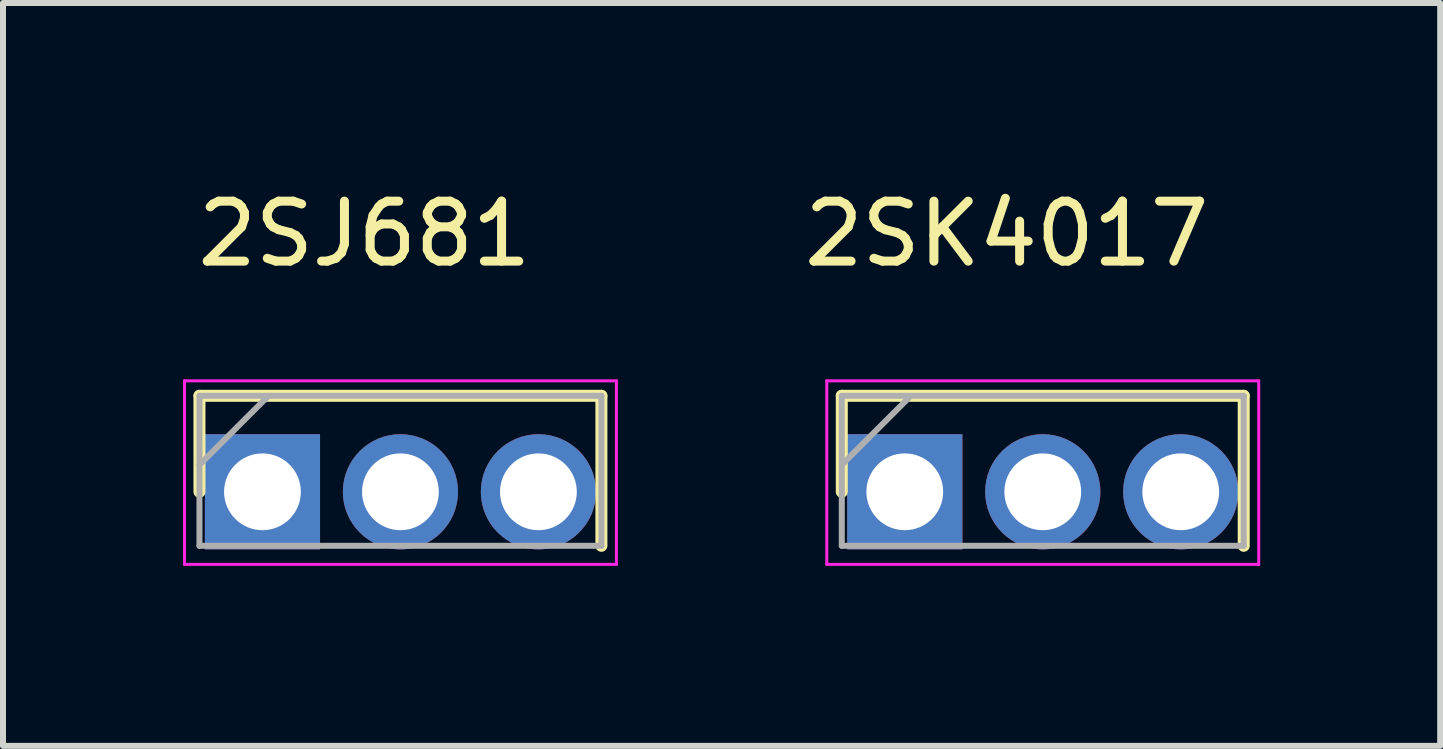
<source format=kicad_pcb>
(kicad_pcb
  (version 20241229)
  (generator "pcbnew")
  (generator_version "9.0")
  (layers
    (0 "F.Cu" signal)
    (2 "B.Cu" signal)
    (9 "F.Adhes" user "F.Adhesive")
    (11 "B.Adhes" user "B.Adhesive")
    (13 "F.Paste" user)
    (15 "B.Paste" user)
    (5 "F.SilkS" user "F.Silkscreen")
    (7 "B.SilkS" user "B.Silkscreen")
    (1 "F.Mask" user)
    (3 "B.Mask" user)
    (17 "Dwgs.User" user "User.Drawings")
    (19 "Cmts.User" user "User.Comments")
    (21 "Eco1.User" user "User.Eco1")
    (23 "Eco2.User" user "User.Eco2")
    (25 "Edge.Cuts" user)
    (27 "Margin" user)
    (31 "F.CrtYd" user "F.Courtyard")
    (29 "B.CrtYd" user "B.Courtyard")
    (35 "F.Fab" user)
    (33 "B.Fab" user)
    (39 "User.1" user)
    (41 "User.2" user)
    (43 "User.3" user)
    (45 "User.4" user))
  (footprint "2SJ681"
    (layer "F.Cu")
    (at 3.025 2.948)
    (property "Reference" "2SJ681" (at 0 -2.1 0) (layer "F.SilkS") (effects (font (size 1 1) (thickness 0.15))))
    (attr through_hole)
    (fp_line (start -2.75 0.6) (end -2.75 2.2) (stroke (width 0.2) (type solid)) (layer "F.SilkS"))
    (fp_line (start 3.95 0.6) (end -2.75 0.6) (stroke (width 0.2) (type solid)) (layer "F.SilkS"))
    (fp_line (start 3.95 3.1) (end 3.95 0.6) (stroke (width 0.2) (type solid)) (layer "F.SilkS"))
    (fp_line (start -3 0.35) (end 4.2 0.35) (stroke (width 0.05) (type solid)) (layer "F.CrtYd"))
    (fp_line (start -3 3.41) (end -3 0.35) (stroke (width 0.05) (type solid)) (layer "F.CrtYd"))
    (fp_line (start 4.2 0.35) (end 4.2 3.41) (stroke (width 0.05) (type solid)) (layer "F.CrtYd"))
    (fp_line (start 4.2 3.41) (end -3 3.41) (stroke (width 0.05) (type solid)) (layer "F.CrtYd"))
    (fp_line (start -2.75 0.6) (end 3.95 0.6) (stroke (width 0.1) (type solid)) (layer "F.Fab"))
    (fp_line (start -2.75 1.75) (end -1.6 0.6) (stroke (width 0.1) (type solid)) (layer "F.Fab"))
    (fp_line (start -2.75 3.1) (end -2.75 0.6) (stroke (width 0.1) (type solid)) (layer "F.Fab"))
    (fp_line (start 3.95 0.6) (end 3.95 3.1) (stroke (width 0.1) (type solid)) (layer "F.Fab"))
    (fp_line (start 3.95 3.1) (end -2.75 3.1) (stroke (width 0.1) (type solid)) (layer "F.Fab"))
    (pad "1" thru_hole rect (at -1.7 2.2) (size 1.92 1.92) (drill 1.28) (layers "*.Cu" "*.Mask"))
    (pad "2" thru_hole circle (at 0.6 2.2) (size 1.92 1.92) (drill 1.28) (layers "*.Cu" "*.Mask"))
    (pad "3" thru_hole circle (at 2.9 2.2) (size 1.92 1.92) (drill 1.28) (layers "*.Cu" "*.Mask")))
  (footprint "2SK4017"
    (layer "F.Cu")
    (at 13.732 2.948)
    (property "Reference" "2SK4017" (at 0 -2.1 0) (layer "F.SilkS") (effects (font (size 1 1) (thickness 0.15))))
    (attr through_hole)
    (fp_line (start -2.75 0.6) (end -2.75 2.2) (stroke (width 0.2) (type solid)) (layer "F.SilkS"))
    (fp_line (start 3.95 0.6) (end -2.75 0.6) (stroke (width 0.2) (type solid)) (layer "F.SilkS"))
    (fp_line (start 3.95 3.1) (end 3.95 0.6) (stroke (width 0.2) (type solid)) (layer "F.SilkS"))
    (fp_line (start -3 0.35) (end 4.2 0.35) (stroke (width 0.05) (type solid)) (layer "F.CrtYd"))
    (fp_line (start -3 3.41) (end -3 0.35) (stroke (width 0.05) (type solid)) (layer "F.CrtYd"))
    (fp_line (start 4.2 0.35) (end 4.2 3.41) (stroke (width 0.05) (type solid)) (layer "F.CrtYd"))
    (fp_line (start 4.2 3.41) (end -3 3.41) (stroke (width 0.05) (type solid)) (layer "F.CrtYd"))
    (fp_line (start -2.75 0.6) (end 3.95 0.6) (stroke (width 0.1) (type solid)) (layer "F.Fab"))
    (fp_line (start -2.75 1.75) (end -1.6 0.6) (stroke (width 0.1) (type solid)) (layer "F.Fab"))
    (fp_line (start -2.75 3.1) (end -2.75 0.6) (stroke (width 0.1) (type solid)) (layer "F.Fab"))
    (fp_line (start 3.95 0.6) (end 3.95 3.1) (stroke (width 0.1) (type solid)) (layer "F.Fab"))
    (fp_line (start 3.95 3.1) (end -2.75 3.1) (stroke (width 0.1) (type solid)) (layer "F.Fab"))
    (pad "1" thru_hole rect (at -1.7 2.2) (size 1.92 1.92) (drill 1.28) (layers "*.Cu" "*.Mask"))
    (pad "2" thru_hole circle (at 0.6 2.2) (size 1.92 1.92) (drill 1.28) (layers "*.Cu" "*.Mask"))
    (pad "3" thru_hole circle (at 2.9 2.2) (size 1.92 1.92) (drill 1.28) (layers "*.Cu" "*.Mask")))
  (gr_rect
    (start -3 -3)
    (end 20.957 9.383)
    (stroke (width 0.1) (type default))
    (fill no)
    (layer "Edge.Cuts")))
</source>
